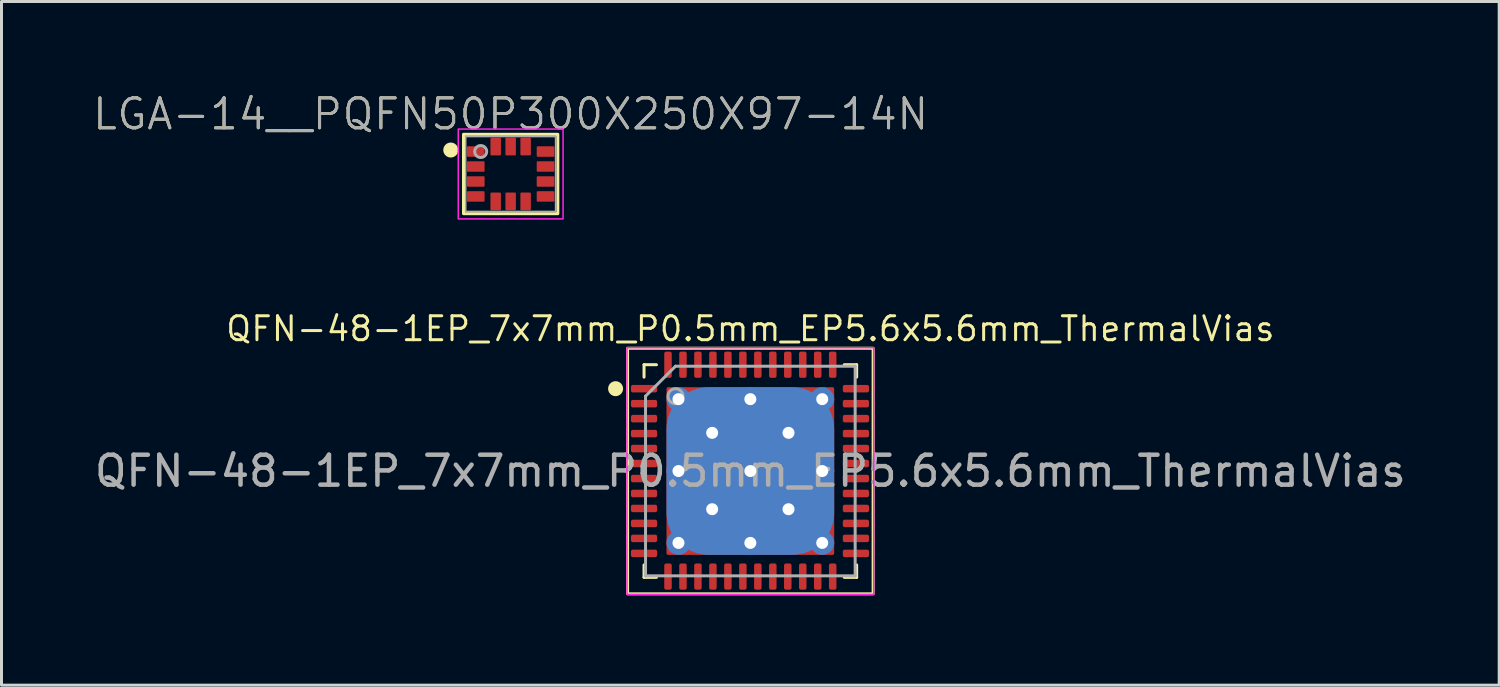
<source format=kicad_pcb>
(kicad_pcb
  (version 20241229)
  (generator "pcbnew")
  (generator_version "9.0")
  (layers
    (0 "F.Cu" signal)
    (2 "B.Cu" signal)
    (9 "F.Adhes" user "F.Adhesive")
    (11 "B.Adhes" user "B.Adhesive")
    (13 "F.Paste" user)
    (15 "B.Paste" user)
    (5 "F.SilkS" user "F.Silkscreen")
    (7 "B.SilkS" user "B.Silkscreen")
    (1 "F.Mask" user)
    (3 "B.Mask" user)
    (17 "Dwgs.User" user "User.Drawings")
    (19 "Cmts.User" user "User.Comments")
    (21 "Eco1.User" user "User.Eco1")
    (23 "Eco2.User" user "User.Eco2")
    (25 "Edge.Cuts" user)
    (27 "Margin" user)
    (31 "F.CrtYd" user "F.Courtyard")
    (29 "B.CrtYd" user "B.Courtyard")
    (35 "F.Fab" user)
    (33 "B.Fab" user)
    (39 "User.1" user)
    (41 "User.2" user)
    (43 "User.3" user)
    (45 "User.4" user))
  (footprint "LGA-14__PQFN50P300X250X97-14N"
    (layer "F.Cu")
    (at 14.002 2.76)
    (property "Reference" "LGA-14__PQFN50P300X250X97-14N" (at 0 -2 0) (layer "F.SilkS") (effects (font (size 1 1) (thickness 0.1))))
    (attr smd)
    (fp_rect (start -1.575 -1.325) (end 1.575 1.325) (stroke (width 0.1) (type solid)) (fill no) (layer "F.SilkS"))
    (fp_circle (center -2 -0.8) (end -1.75 -0.8) (stroke (width 0) (type solid)) (fill yes) (layer "F.SilkS"))
    (fp_rect (start -1.75 -1.5) (end 1.75 1.5) (stroke (width 0.05) (type solid)) (fill no) (layer "F.CrtYd"))
    (fp_rect (start -1.5 -1.25) (end 1.5 1.25) (stroke (width 0.05) (type solid)) (fill no) (layer "F.Fab"))
    (fp_circle (center -1 -0.75) (end -0.8 -0.75) (stroke (width 0.1) (type solid)) (fill no) (layer "F.Fab"))
    (fp_text user "${REFERENCE}" (at 0 -2 0) (layer "F.Fab") (effects (font (size 1 1) (thickness 0.1))))
    (pad "1" smd roundrect (at -1.165 -0.75) (size 0.59 0.35) (layers "F.Cu" "F.Mask" "F.Paste") (roundrect_rratio 0.09))
    (pad "2" smd roundrect (at -1.165 -0.25) (size 0.59 0.35) (layers "F.Cu" "F.Mask" "F.Paste") (roundrect_rratio 0.09))
    (pad "3" smd roundrect (at -1.165 0.25) (size 0.59 0.35) (layers "F.Cu" "F.Mask" "F.Paste") (roundrect_rratio 0.09))
    (pad "4" smd roundrect (at -1.165 0.75) (size 0.59 0.35) (layers "F.Cu" "F.Mask" "F.Paste") (roundrect_rratio 0.09))
    (pad "5" smd roundrect (at -0.5 0.915 90) (size 0.59 0.35) (layers "F.Cu" "F.Mask" "F.Paste") (roundrect_rratio 0.09))
    (pad "6" smd roundrect (at 0 0.915 90) (size 0.59 0.35) (layers "F.Cu" "F.Mask" "F.Paste") (roundrect_rratio 0.09))
    (pad "7" smd roundrect (at 0.5 0.915 90) (size 0.59 0.35) (layers "F.Cu" "F.Mask" "F.Paste") (roundrect_rratio 0.09))
    (pad "8" smd roundrect (at 1.165 0.75 180) (size 0.59 0.35) (layers "F.Cu" "F.Mask" "F.Paste") (roundrect_rratio 0.09))
    (pad "9" smd roundrect (at 1.165 0.25 180) (size 0.59 0.35) (layers "F.Cu" "F.Mask" "F.Paste") (roundrect_rratio 0.09))
    (pad "10" smd roundrect (at 1.165 -0.25 180) (size 0.59 0.35) (layers "F.Cu" "F.Mask" "F.Paste") (roundrect_rratio 0.09))
    (pad "11" smd roundrect (at 1.165 -0.75 180) (size 0.59 0.35) (layers "F.Cu" "F.Mask" "F.Paste") (roundrect_rratio 0.09))
    (pad "12" smd roundrect (at 0.5 -0.915 270) (size 0.59 0.35) (layers "F.Cu" "F.Mask" "F.Paste") (roundrect_rratio 0.09))
    (pad "13" smd roundrect (at 0 -0.915 270) (size 0.59 0.35) (layers "F.Cu" "F.Mask" "F.Paste") (roundrect_rratio 0.09))
    (pad "14" smd roundrect (at -0.5 -0.915 270) (size 0.59 0.35) (layers "F.Cu" "F.Mask" "F.Paste") (roundrect_rratio 0.09)))
  (footprint "QFN-48-1EP_7x7mm_P0.5mm_EP5.6x5.6mm_ThermalVias"
    (layer "F.Cu")
    (at 22.006 12.679)
    (property "Reference" "QFN-48-1EP_7x7mm_P0.5mm_EP5.6x5.6mm_ThermalVias" (at 0 -4.75 0) (layer "F.SilkS") (effects (font (size 0.8 0.8) (thickness 0.1))))
    (attr smd)
    (fp_line (start -3.55 -3.135) (end -3.55 -3.55) (stroke (width 0.1) (type solid)) (layer "F.SilkS"))
    (fp_line (start -3.55 3.55) (end -3.55 3.135) (stroke (width 0.1) (type solid)) (layer "F.SilkS"))
    (fp_line (start -3.135 -3.55) (end -3.55 -3.55) (stroke (width 0.1) (type solid)) (layer "F.SilkS"))
    (fp_line (start -3.135 3.55) (end -3.55 3.55) (stroke (width 0.1) (type solid)) (layer "F.SilkS"))
    (fp_line (start 3.135 -3.55) (end 3.55 -3.55) (stroke (width 0.1) (type solid)) (layer "F.SilkS"))
    (fp_line (start 3.135 3.55) (end 3.55 3.55) (stroke (width 0.1) (type solid)) (layer "F.SilkS"))
    (fp_line (start 3.55 -3.55) (end 3.55 -3.135) (stroke (width 0.1) (type solid)) (layer "F.SilkS"))
    (fp_line (start 3.55 3.55) (end 3.55 3.135) (stroke (width 0.1) (type solid)) (layer "F.SilkS"))
    (fp_rect (start -4.1 -4.1) (end 4.1 4.1) (stroke (width 0.1) (type solid)) (fill no) (layer "F.SilkS"))
    (fp_circle (center -4.5 -2.75) (end -4.25 -2.75) (stroke (width 0) (type solid)) (fill yes) (layer "F.SilkS"))
    (fp_rect (start -4.12 -4.12) (end 4.12 4.12) (stroke (width 0.05) (type solid)) (fill no) (layer "F.CrtYd"))
    (fp_line (start -3.5 -2.5) (end -2.5 -3.5) (stroke (width 0.1) (type solid)) (layer "F.Fab"))
    (fp_line (start -3.5 3.5) (end -3.5 -2.5) (stroke (width 0.1) (type solid)) (layer "F.Fab"))
    (fp_line (start -2.5 -3.5) (end 3.5 -3.5) (stroke (width 0.1) (type solid)) (layer "F.Fab"))
    (fp_line (start 3.5 -3.5) (end 3.5 3.5) (stroke (width 0.1) (type solid)) (layer "F.Fab"))
    (fp_line (start 3.5 3.5) (end -3.5 3.5) (stroke (width 0.1) (type solid)) (layer "F.Fab"))
    (fp_circle (center -2.5 -2.5) (end -2.25 -2.5) (stroke (width 0.1) (type solid)) (fill no) (layer "F.Fab"))
    (fp_text user "${REFERENCE}" (at 0 0 0) (layer "F.Fab") (effects (font (size 1 1) (thickness 0.15))))
    (pad "" smd roundrect (at -1.913 -1.913) (size 1.084 1.084) (layers "F.Paste") (roundrect_rratio 0.231))
    (pad "" smd roundrect (at -1.913 -0.637) (size 1.084 1.084) (layers "F.Paste") (roundrect_rratio 0.231))
    (pad "" smd roundrect (at -1.913 0.637) (size 1.084 1.084) (layers "F.Paste") (roundrect_rratio 0.231))
    (pad "" smd roundrect (at -1.913 1.913) (size 1.084 1.084) (layers "F.Paste") (roundrect_rratio 0.231))
    (pad "" smd roundrect (at -0.637 -1.913) (size 1.084 1.084) (layers "F.Paste") (roundrect_rratio 0.231))
    (pad "" smd roundrect (at -0.637 -0.637) (size 1.084 1.084) (layers "F.Paste") (roundrect_rratio 0.231))
    (pad "" smd roundrect (at -0.637 0.637) (size 1.084 1.084) (layers "F.Paste") (roundrect_rratio 0.231))
    (pad "" smd roundrect (at -0.637 1.913) (size 1.084 1.084) (layers "F.Paste") (roundrect_rratio 0.231))
    (pad "" smd roundrect (at 0.637 -1.913) (size 1.084 1.084) (layers "F.Paste") (roundrect_rratio 0.231))
    (pad "" smd roundrect (at 0.637 -0.637) (size 1.084 1.084) (layers "F.Paste") (roundrect_rratio 0.231))
    (pad "" smd roundrect (at 0.637 0.637) (size 1.084 1.084) (layers "F.Paste") (roundrect_rratio 0.231))
    (pad "" smd roundrect (at 0.637 1.913) (size 1.084 1.084) (layers "F.Paste") (roundrect_rratio 0.231))
    (pad "" smd roundrect (at 1.913 -1.913) (size 1.084 1.084) (layers "F.Paste") (roundrect_rratio 0.231))
    (pad "" smd roundrect (at 1.913 -0.637) (size 1.084 1.084) (layers "F.Paste") (roundrect_rratio 0.231))
    (pad "" smd roundrect (at 1.913 0.637) (size 1.084 1.084) (layers "F.Paste") (roundrect_rratio 0.231))
    (pad "" smd roundrect (at 1.913 1.913) (size 1.084 1.084) (layers "F.Paste") (roundrect_rratio 0.231))
    (pad "1" smd roundrect (at -3.55 -2.75) (size 0.875 0.25) (layers "F.Cu" "F.Mask" "F.Paste") (roundrect_rratio 0.25))
    (pad "2" smd roundrect (at -3.55 -2.25) (size 0.875 0.25) (layers "F.Cu" "F.Mask" "F.Paste") (roundrect_rratio 0.25))
    (pad "3" smd roundrect (at -3.55 -1.75) (size 0.875 0.25) (layers "F.Cu" "F.Mask" "F.Paste") (roundrect_rratio 0.25))
    (pad "4" smd roundrect (at -3.55 -1.25) (size 0.875 0.25) (layers "F.Cu" "F.Mask" "F.Paste") (roundrect_rratio 0.25))
    (pad "5" smd roundrect (at -3.55 -0.75) (size 0.875 0.25) (layers "F.Cu" "F.Mask" "F.Paste") (roundrect_rratio 0.25))
    (pad "6" smd roundrect (at -3.55 -0.25) (size 0.875 0.25) (layers "F.Cu" "F.Mask" "F.Paste") (roundrect_rratio 0.25))
    (pad "7" smd roundrect (at -3.55 0.25) (size 0.875 0.25) (layers "F.Cu" "F.Mask" "F.Paste") (roundrect_rratio 0.25))
    (pad "8" smd roundrect (at -3.55 0.75) (size 0.875 0.25) (layers "F.Cu" "F.Mask" "F.Paste") (roundrect_rratio 0.25))
    (pad "9" smd roundrect (at -3.55 1.25) (size 0.875 0.25) (layers "F.Cu" "F.Mask" "F.Paste") (roundrect_rratio 0.25))
    (pad "10" smd roundrect (at -3.55 1.75) (size 0.875 0.25) (layers "F.Cu" "F.Mask" "F.Paste") (roundrect_rratio 0.25))
    (pad "11" smd roundrect (at -3.55 2.25) (size 0.875 0.25) (layers "F.Cu" "F.Mask" "F.Paste") (roundrect_rratio 0.25))
    (pad "12" smd roundrect (at -3.55 2.75) (size 0.875 0.25) (layers "F.Cu" "F.Mask" "F.Paste") (roundrect_rratio 0.25))
    (pad "13" smd roundrect (at -2.75 3.525) (size 0.25 0.875) (layers "F.Cu" "F.Mask" "F.Paste") (roundrect_rratio 0.25))
    (pad "14" smd roundrect (at -2.25 3.525) (size 0.25 0.875) (layers "F.Cu" "F.Mask" "F.Paste") (roundrect_rratio 0.25))
    (pad "15" smd roundrect (at -1.75 3.525) (size 0.25 0.875) (layers "F.Cu" "F.Mask" "F.Paste") (roundrect_rratio 0.25))
    (pad "16" smd roundrect (at -1.25 3.525) (size 0.25 0.875) (layers "F.Cu" "F.Mask" "F.Paste") (roundrect_rratio 0.25))
    (pad "17" smd roundrect (at -0.75 3.525) (size 0.25 0.875) (layers "F.Cu" "F.Mask" "F.Paste") (roundrect_rratio 0.25))
    (pad "18" smd roundrect (at -0.25 3.525) (size 0.25 0.875) (layers "F.Cu" "F.Mask" "F.Paste") (roundrect_rratio 0.25))
    (pad "19" smd roundrect (at 0.25 3.525) (size 0.25 0.875) (layers "F.Cu" "F.Mask" "F.Paste") (roundrect_rratio 0.25))
    (pad "20" smd roundrect (at 0.75 3.525) (size 0.25 0.875) (layers "F.Cu" "F.Mask" "F.Paste") (roundrect_rratio 0.25))
    (pad "21" smd roundrect (at 1.25 3.525) (size 0.25 0.875) (layers "F.Cu" "F.Mask" "F.Paste") (roundrect_rratio 0.25))
    (pad "22" smd roundrect (at 1.75 3.525) (size 0.25 0.875) (layers "F.Cu" "F.Mask" "F.Paste") (roundrect_rratio 0.25))
    (pad "23" smd roundrect (at 2.25 3.525) (size 0.25 0.875) (layers "F.Cu" "F.Mask" "F.Paste") (roundrect_rratio 0.25))
    (pad "24" smd roundrect (at 2.75 3.525) (size 0.25 0.875) (layers "F.Cu" "F.Mask" "F.Paste") (roundrect_rratio 0.25))
    (pad "25" smd roundrect (at 3.525 2.75) (size 0.875 0.25) (layers "F.Cu" "F.Mask" "F.Paste") (roundrect_rratio 0.25))
    (pad "26" smd roundrect (at 3.525 2.25) (size 0.875 0.25) (layers "F.Cu" "F.Mask" "F.Paste") (roundrect_rratio 0.25))
    (pad "27" smd roundrect (at 3.525 1.75) (size 0.875 0.25) (layers "F.Cu" "F.Mask" "F.Paste") (roundrect_rratio 0.25))
    (pad "28" smd roundrect (at 3.525 1.25) (size 0.875 0.25) (layers "F.Cu" "F.Mask" "F.Paste") (roundrect_rratio 0.25))
    (pad "29" smd roundrect (at 3.525 0.75) (size 0.875 0.25) (layers "F.Cu" "F.Mask" "F.Paste") (roundrect_rratio 0.25))
    (pad "30" smd roundrect (at 3.525 0.25) (size 0.875 0.25) (layers "F.Cu" "F.Mask" "F.Paste") (roundrect_rratio 0.25))
    (pad "31" smd roundrect (at 3.525 -0.25) (size 0.875 0.25) (layers "F.Cu" "F.Mask" "F.Paste") (roundrect_rratio 0.25))
    (pad "32" smd roundrect (at 3.525 -0.75) (size 0.875 0.25) (layers "F.Cu" "F.Mask" "F.Paste") (roundrect_rratio 0.25))
    (pad "33" smd roundrect (at 3.525 -1.25) (size 0.875 0.25) (layers "F.Cu" "F.Mask" "F.Paste") (roundrect_rratio 0.25))
    (pad "34" smd roundrect (at 3.525 -1.75) (size 0.875 0.25) (layers "F.Cu" "F.Mask" "F.Paste") (roundrect_rratio 0.25))
    (pad "35" smd roundrect (at 3.525 -2.25) (size 0.875 0.25) (layers "F.Cu" "F.Mask" "F.Paste") (roundrect_rratio 0.25))
    (pad "36" smd roundrect (at 3.525 -2.75) (size 0.875 0.25) (layers "F.Cu" "F.Mask" "F.Paste") (roundrect_rratio 0.25))
    (pad "37" smd roundrect (at 2.75 -3.55) (size 0.25 0.875) (layers "F.Cu" "F.Mask" "F.Paste") (roundrect_rratio 0.25))
    (pad "38" smd roundrect (at 2.25 -3.55) (size 0.25 0.875) (layers "F.Cu" "F.Mask" "F.Paste") (roundrect_rratio 0.25))
    (pad "39" smd roundrect (at 1.75 -3.55) (size 0.25 0.875) (layers "F.Cu" "F.Mask" "F.Paste") (roundrect_rratio 0.25))
    (pad "40" smd roundrect (at 1.25 -3.55) (size 0.25 0.875) (layers "F.Cu" "F.Mask" "F.Paste") (roundrect_rratio 0.25))
    (pad "41" smd roundrect (at 0.75 -3.55) (size 0.25 0.875) (layers "F.Cu" "F.Mask" "F.Paste") (roundrect_rratio 0.25))
    (pad "42" smd roundrect (at 0.25 -3.55) (size 0.25 0.875) (layers "F.Cu" "F.Mask" "F.Paste") (roundrect_rratio 0.25))
    (pad "43" smd roundrect (at -0.25 -3.55) (size 0.25 0.875) (layers "F.Cu" "F.Mask" "F.Paste") (roundrect_rratio 0.25))
    (pad "44" smd roundrect (at -0.75 -3.55) (size 0.25 0.875) (layers "F.Cu" "F.Mask" "F.Paste") (roundrect_rratio 0.25))
    (pad "45" smd roundrect (at -1.25 -3.55) (size 0.25 0.875) (layers "F.Cu" "F.Mask" "F.Paste") (roundrect_rratio 0.25))
    (pad "46" smd roundrect (at -1.75 -3.55) (size 0.25 0.875) (layers "F.Cu" "F.Mask" "F.Paste") (roundrect_rratio 0.25))
    (pad "47" smd roundrect (at -2.25 -3.55) (size 0.25 0.875) (layers "F.Cu" "F.Mask" "F.Paste") (roundrect_rratio 0.25))
    (pad "48" smd roundrect (at -2.75 -3.55) (size 0.25 0.875) (layers "F.Cu" "F.Mask" "F.Paste") (roundrect_rratio 0.25))
    (pad "PAD" thru_hole circle (at -2.4 -2.4) (size 0.8 0.8) (drill 0.4) (layers "*.Cu"))
    (pad "PAD" thru_hole circle (at -2.4 0) (size 0.8 0.8) (drill 0.4) (layers "*.Cu"))
    (pad "PAD" thru_hole circle (at -2.4 2.4) (size 0.8 0.8) (drill 0.4) (layers "*.Cu"))
    (pad "PAD" thru_hole circle (at -1.275 -1.275) (size 0.8 0.8) (drill 0.4) (layers "*.Cu"))
    (pad "PAD" thru_hole circle (at -1.275 1.275) (size 0.8 0.8) (drill 0.4) (layers "*.Cu"))
    (pad "PAD" thru_hole circle (at 0 -2.4) (size 0.8 0.8) (drill 0.4) (layers "*.Cu"))
    (pad "PAD" thru_hole circle (at 0 0) (size 0.8 0.8) (drill 0.4) (layers "*.Cu"))
    (pad "PAD" smd roundrect (at 0 0) (size 5.6 5.6) (layers "F.Cu" "F.Mask") (roundrect_rratio 0.01))
    (pad "PAD" smd roundrect (at 0 0) (size 5.6 5.6) (layers "B.Cu") (roundrect_rratio 0.25))
    (pad "PAD" thru_hole circle (at 0 2.4) (size 0.8 0.8) (drill 0.4) (layers "*.Cu"))
    (pad "PAD" thru_hole circle (at 1.275 -1.275) (size 0.8 0.8) (drill 0.4) (layers "*.Cu"))
    (pad "PAD" thru_hole circle (at 1.275 1.275) (size 0.8 0.8) (drill 0.4) (layers "*.Cu"))
    (pad "PAD" thru_hole circle (at 2.4 -2.4) (size 0.8 0.8) (drill 0.4) (layers "*.Cu"))
    (pad "PAD" thru_hole circle (at 2.4 0) (size 0.8 0.8) (drill 0.4) (layers "*.Cu"))
    (pad "PAD" thru_hole circle (at 2.4 2.4) (size 0.8 0.8) (drill 0.4) (layers "*.Cu")))
  (gr_rect
    (start -3 -3)
    (end 47.012 19.829)
    (stroke (width 0.1) (type default))
    (fill no)
    (layer "Edge.Cuts")))
</source>
